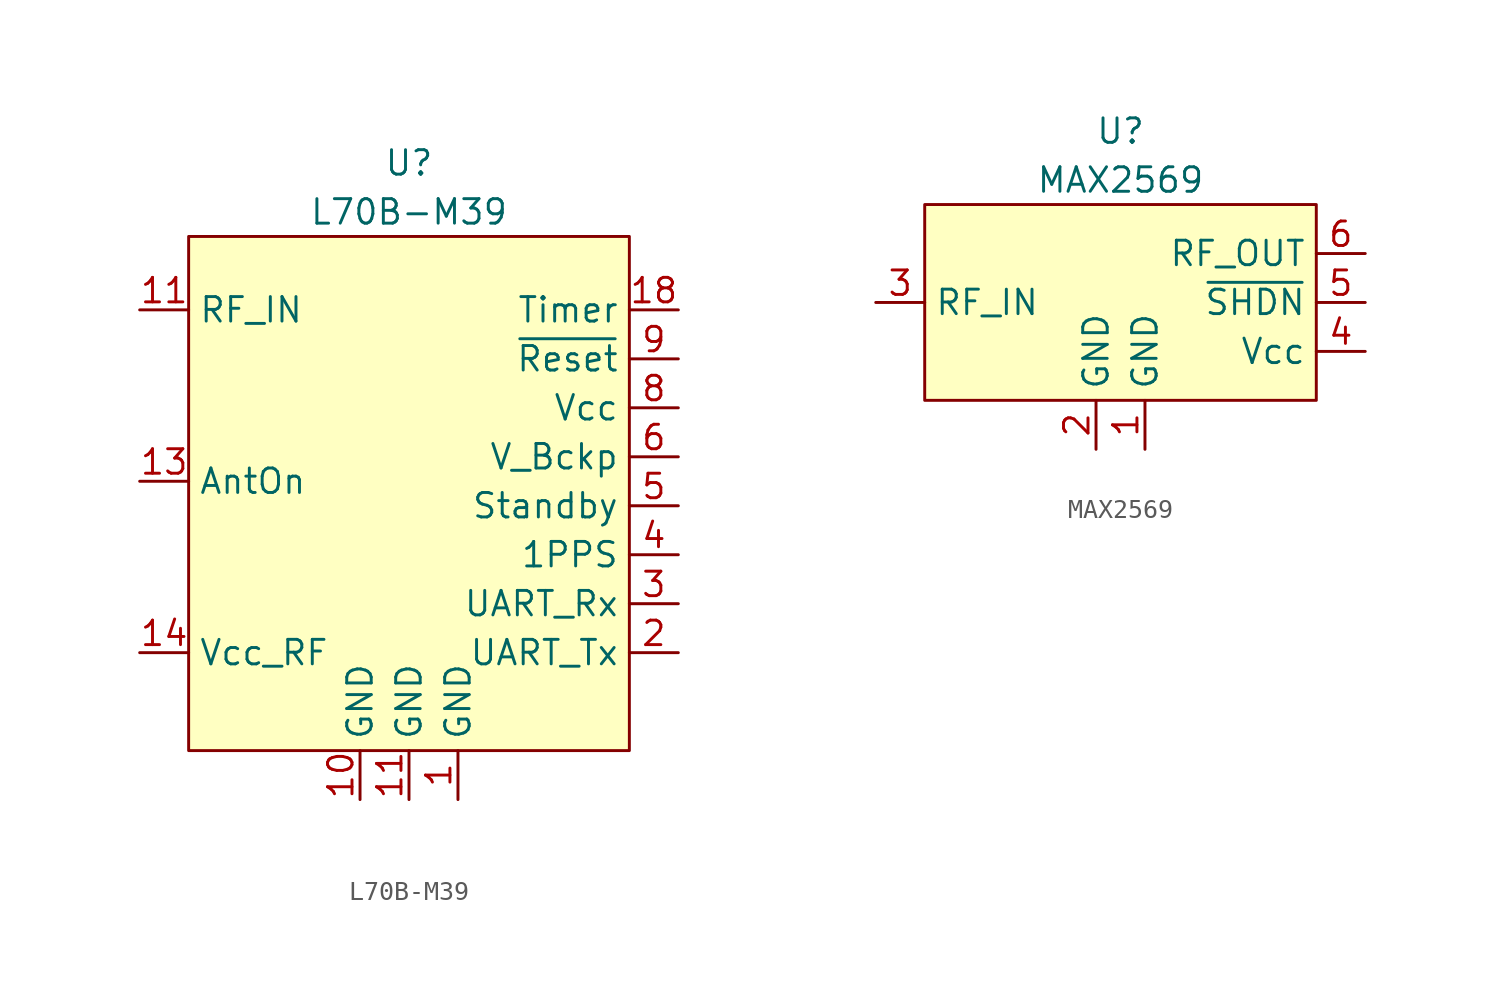
<source format=kicad_sym>
(kicad_symbol_lib
  (version 20211014)
  (generator kicad_symbol_editor)
  (symbol "L70B-M39"
    (property "Reference" "U"
      (at 0 6.35 0)
      (effects (font (size 1.27 1.27))))
    (property "Value" "L70B-M39"
      (at 0 3.81 0)
      (effects (font (size 1.27 1.27))))
    (symbol "L70B-M39_0_1"
      (rectangle (start -11.43 2.54) (end 11.43 -24.13) (stroke (width 0) (type default) (color 0 0 0 0)) (fill (type background))))
    (symbol "L70B-M39_1_1"
      (pin passive line (at 2.54 -26.67 90) (length 2.54) (name "GND" (effects (font (size 1.27 1.27)))) (number "1" (effects (font (size 1.27 1.27)))))
      (pin passive line (at -2.54 -26.67 90) (length 2.54) (name "GND" (effects (font (size 1.27 1.27)))) (number "10" (effects (font (size 1.27 1.27)))))
      (pin passive line (at 0 -26.67 90) (length 2.54) (name "GND" (effects (font (size 1.27 1.27)))) (number "11" (effects (font (size 1.27 1.27)))))
      (pin input line (at -13.97 -1.27 0) (length 2.54) (name "RF_IN" (effects (font (size 1.27 1.27)))) (number "11" (effects (font (size 1.27 1.27)))))
      (pin output line (at -13.97 -10.16 0) (length 2.54) (name "AntOn" (effects (font (size 1.27 1.27)))) (number "13" (effects (font (size 1.27 1.27)))))
      (pin power_out line (at -13.97 -19.05 0) (length 2.54) (name "Vcc_RF" (effects (font (size 1.27 1.27)))) (number "14" (effects (font (size 1.27 1.27)))))
      (pin output line (at 13.97 -1.27 180) (length 2.54) (name "Timer" (effects (font (size 1.27 1.27)))) (number "18" (effects (font (size 1.27 1.27)))))
      (pin output line (at 13.97 -19.05 180) (length 2.54) (name "UART_Tx" (effects (font (size 1.27 1.27)))) (number "2" (effects (font (size 1.27 1.27)))))
      (pin input line (at 13.97 -16.51 180) (length 2.54) (name "UART_Rx" (effects (font (size 1.27 1.27)))) (number "3" (effects (font (size 1.27 1.27)))))
      (pin output line (at 13.97 -13.97 180) (length 2.54) (name "1PPS" (effects (font (size 1.27 1.27)))) (number "4" (effects (font (size 1.27 1.27)))))
      (pin input line (at 13.97 -11.43 180) (length 2.54) (name "Standby" (effects (font (size 1.27 1.27)))) (number "5" (effects (font (size 1.27 1.27)))))
      (pin power_in line (at 13.97 -8.89 180) (length 2.54) (name "V_Bckp" (effects (font (size 1.27 1.27)))) (number "6" (effects (font (size 1.27 1.27)))))
      (pin power_in line (at 13.97 -6.35 180) (length 2.54) (name "Vcc" (effects (font (size 1.27 1.27)))) (number "8" (effects (font (size 1.27 1.27)))))
      (pin input line (at 13.97 -3.81 180) (length 2.54) (name "~{Reset}" (effects (font (size 1.27 1.27)))) (number "9" (effects (font (size 1.27 1.27)))))))
  (symbol "MAX2569"
    (property "Reference" "U"
      (at 0 6.35 0)
      (effects (font (size 1.27 1.27))))
    (property "Value" "MAX2569"
      (at 0 3.81 0)
      (effects (font (size 1.27 1.27))))
    (symbol "MAX2569_0_0"
      (rectangle (start -10.16 2.54) (end 10.16 -7.62) (stroke (width 0) (type default) (color 0 0 0 0)) (fill (type background))))
    (symbol "MAX2569_1_1"
      (pin passive line (at 1.27 -10.16 90) (length 2.54) (name "GND" (effects (font (size 1.27 1.27)))) (number "1" (effects (font (size 1.27 1.27)))) (alternate "GND" passive line))
      (pin passive line (at -1.27 -10.16 90) (length 2.54) (name "GND" (effects (font (size 1.27 1.27)))) (number "2" (effects (font (size 1.27 1.27)))) (alternate "GND" passive line))
      (pin input line (at -12.7 -2.54 0) (length 2.54) (name "RF_IN" (effects (font (size 1.27 1.27)))) (number "3" (effects (font (size 1.27 1.27)))))
      (pin power_in line (at 12.7 -5.08 180) (length 2.54) (name "Vcc" (effects (font (size 1.27 1.27)))) (number "4" (effects (font (size 1.27 1.27)))))
      (pin input line (at 12.7 -2.54 180) (length 2.54) (name "~{SHDN}" (effects (font (size 1.27 1.27)))) (number "5" (effects (font (size 1.27 1.27)))))
      (pin output line (at 12.7 0 180) (length 2.54) (name "RF_OUT" (effects (font (size 1.27 1.27)))) (number "6" (effects (font (size 1.27 1.27))))))))
</source>
